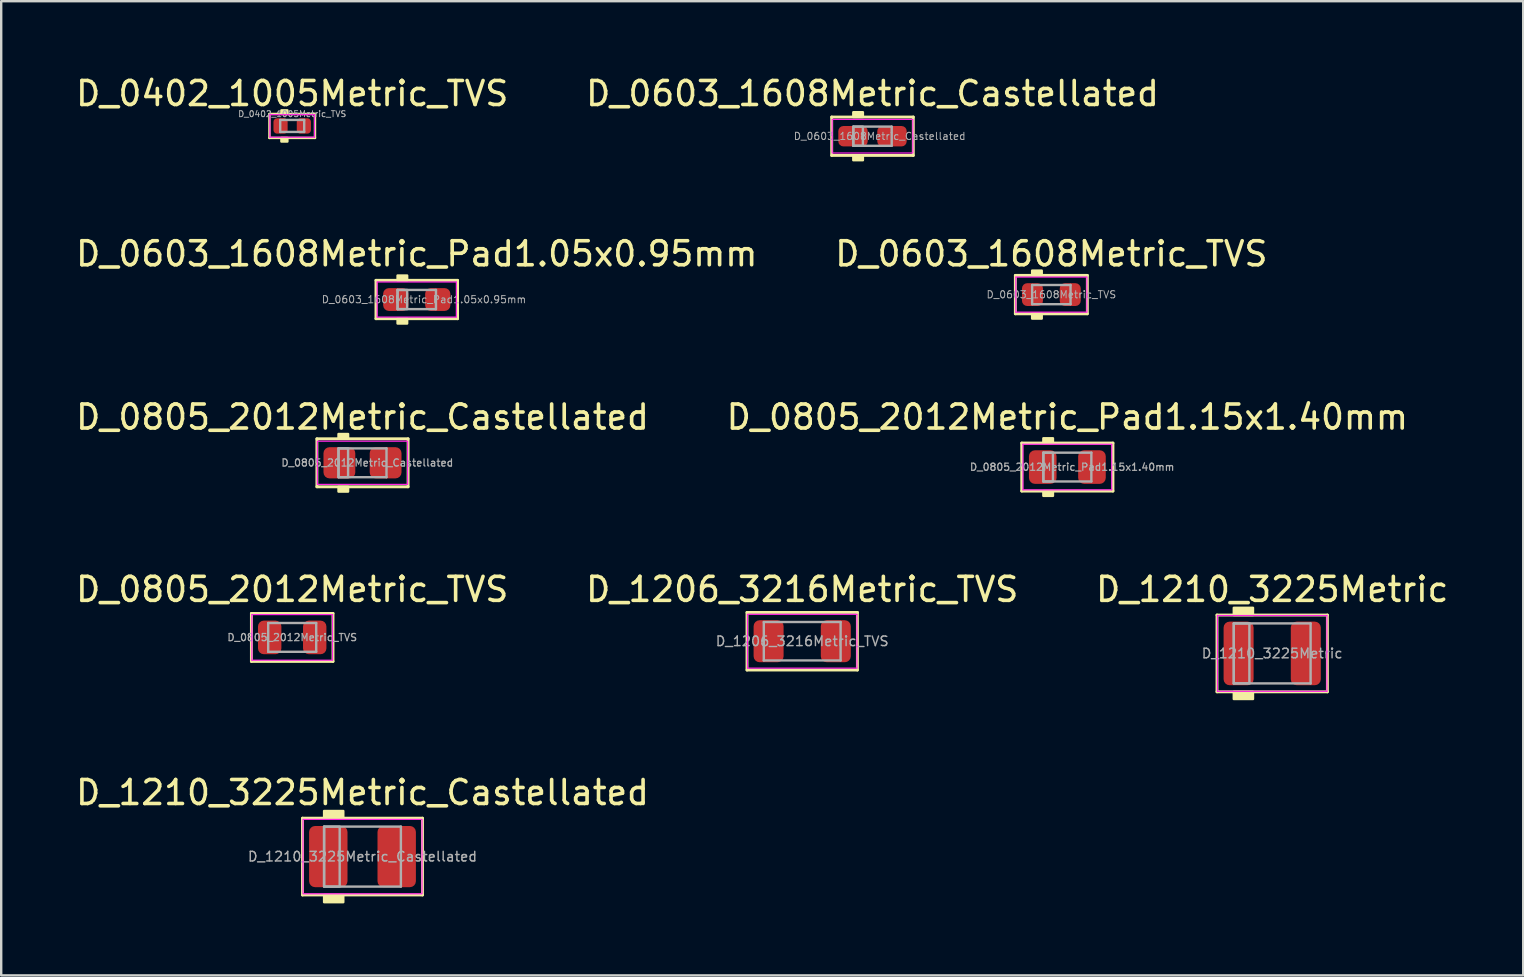
<source format=kicad_pcb>
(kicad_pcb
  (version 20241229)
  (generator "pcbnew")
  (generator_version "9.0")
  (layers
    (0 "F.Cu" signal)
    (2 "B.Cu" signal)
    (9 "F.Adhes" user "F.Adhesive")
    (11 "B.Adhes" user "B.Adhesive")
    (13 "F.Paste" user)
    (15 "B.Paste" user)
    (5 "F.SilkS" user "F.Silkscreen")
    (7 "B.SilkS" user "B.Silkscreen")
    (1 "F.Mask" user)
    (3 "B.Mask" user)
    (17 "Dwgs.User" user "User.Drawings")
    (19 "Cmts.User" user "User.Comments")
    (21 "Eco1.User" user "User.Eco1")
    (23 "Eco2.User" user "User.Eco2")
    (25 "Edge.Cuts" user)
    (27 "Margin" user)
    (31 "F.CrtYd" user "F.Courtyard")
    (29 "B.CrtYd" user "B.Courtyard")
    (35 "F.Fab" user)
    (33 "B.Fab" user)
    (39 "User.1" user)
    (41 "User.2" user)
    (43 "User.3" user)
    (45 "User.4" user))
  (footprint "D_0603_1608Metric_Castellated"
    (layer "F.Cu")
    (at 33.304 2.626)
    (property "Reference" "D_0603_1608Metric_Castellated" (at 0 -1.778 0) (layer "F.SilkS") (effects (font (size 1 1) (thickness 0.15))))
    (attr smd)
    (fp_line (start -1.7 -0.8) (end -1.7 0.8) (stroke (width 0.12) (type solid)) (layer "F.SilkS"))
    (fp_line (start -1.7 0.8) (end 1.7 0.8) (stroke (width 0.12) (type solid)) (layer "F.SilkS"))
    (fp_line (start 1.7 -0.8) (end -1.7 -0.8) (stroke (width 0.12) (type solid)) (layer "F.SilkS"))
    (fp_line (start 1.7 0.8) (end 1.7 -0.8) (stroke (width 0.12) (type solid)) (layer "F.SilkS"))
    (fp_poly (pts (xy -0.4 -0.8) (xy -0.8 -0.8) (xy -0.8 -1) (xy -0.4 -1)) (stroke (width 0.1) (type solid)) (fill yes) (layer "F.SilkS"))
    (fp_poly (pts (xy -0.4 1) (xy -0.8 1) (xy -0.8 0.8) (xy -0.4 0.8)) (stroke (width 0.1) (type solid)) (fill yes) (layer "F.SilkS"))
    (fp_rect (start -1.68 -0.7) (end 1.68 0.7) (stroke (width 0.05) (type solid)) (fill no) (layer "F.CrtYd"))
    (fp_line (start -0.8 -0.4) (end -0.8 0.4) (stroke (width 0.1) (type solid)) (layer "F.Fab"))
    (fp_line (start -0.8 0.4) (end 0.8 0.4) (stroke (width 0.1) (type solid)) (layer "F.Fab"))
    (fp_line (start 0.8 -0.4) (end -0.8 -0.4) (stroke (width 0.1) (type solid)) (layer "F.Fab"))
    (fp_line (start 0.8 0.4) (end 0.8 -0.4) (stroke (width 0.1) (type solid)) (layer "F.Fab"))
    (fp_rect (start -0.8 -0.4) (end -0.4 0.4) (stroke (width 0.1) (type solid)) (fill no) (layer "F.Fab"))
    (fp_text user "${REFERENCE}" (at 0.3 0 0) (layer "F.Fab") (effects (font (size 0.3 0.3) (thickness 0.04))))
    (pad "1" smd roundrect (at -0.812 0) (size 1.225 0.85) (layers "F.Cu" "F.Mask" "F.Paste") (roundrect_rratio 0.25))
    (pad "2" smd roundrect (at 0.812 0) (size 1.225 0.85) (layers "F.Cu" "F.Mask" "F.Paste") (roundrect_rratio 0.25)))
  (footprint "D_0603_1608Metric_Pad1.05x0.95mm"
    (layer "F.Cu")
    (at 14.315 9.43)
    (property "Reference" "D_0603_1608Metric_Pad1.05x0.95mm" (at 0 -1.905 0) (layer "F.SilkS") (effects (font (size 1 1) (thickness 0.15))))
    (attr smd)
    (fp_line (start -1.7 -0.8) (end 1.7 -0.8) (stroke (width 0.12) (type solid)) (layer "F.SilkS"))
    (fp_line (start -1.7 0.8) (end -1.7 -0.8) (stroke (width 0.12) (type solid)) (layer "F.SilkS"))
    (fp_line (start 1.7 -0.8) (end 1.7 0.8) (stroke (width 0.12) (type solid)) (layer "F.SilkS"))
    (fp_line (start 1.7 0.8) (end -1.7 0.8) (stroke (width 0.12) (type solid)) (layer "F.SilkS"))
    (fp_poly (pts (xy -0.4 -0.8) (xy -0.8 -0.8) (xy -0.8 -1) (xy -0.4 -1)) (stroke (width 0.1) (type solid)) (fill yes) (layer "F.SilkS"))
    (fp_poly (pts (xy -0.4 1) (xy -0.8 1) (xy -0.8 0.8) (xy -0.4 0.8)) (stroke (width 0.1) (type solid)) (fill yes) (layer "F.SilkS"))
    (fp_line (start -1.65 -0.73) (end 1.65 -0.73) (stroke (width 0.05) (type solid)) (layer "F.CrtYd"))
    (fp_line (start -1.65 0.73) (end -1.65 -0.73) (stroke (width 0.05) (type solid)) (layer "F.CrtYd"))
    (fp_line (start 1.65 -0.73) (end 1.65 0.73) (stroke (width 0.05) (type solid)) (layer "F.CrtYd"))
    (fp_line (start 1.65 0.73) (end -1.65 0.73) (stroke (width 0.05) (type solid)) (layer "F.CrtYd"))
    (fp_line (start -0.8 -0.4) (end -0.8 0.4) (stroke (width 0.1) (type solid)) (layer "F.Fab"))
    (fp_line (start -0.8 0.4) (end 0.8 0.4) (stroke (width 0.1) (type solid)) (layer "F.Fab"))
    (fp_line (start 0.8 -0.4) (end -0.8 -0.4) (stroke (width 0.1) (type solid)) (layer "F.Fab"))
    (fp_line (start 0.8 0.4) (end 0.8 -0.4) (stroke (width 0.1) (type solid)) (layer "F.Fab"))
    (fp_rect (start -0.8 -0.4) (end -0.4 0.4) (stroke (width 0.1) (type solid)) (fill no) (layer "F.Fab"))
    (fp_text user "${REFERENCE}" (at 0.3 0 0) (layer "F.Fab") (effects (font (size 0.3 0.3) (thickness 0.04))))
    (pad "1" smd roundrect (at -0.875 0) (size 1.05 0.95) (layers "F.Cu" "F.Mask" "F.Paste") (roundrect_rratio 0.25))
    (pad "2" smd roundrect (at 0.875 0) (size 1.05 0.95) (layers "F.Cu" "F.Mask" "F.Paste") (roundrect_rratio 0.25)))
  (footprint "D_1206_3216Metric_TVS"
    (layer "F.Cu")
    (at 30.375 23.668)
    (property "Reference" "D_1206_3216Metric_TVS" (at 0 -2.159 0) (layer "F.SilkS") (effects (font (size 1 1) (thickness 0.15))))
    (attr smd)
    (fp_line (start -2.3 -1.2) (end -2.3 1.2) (stroke (width 0.12) (type solid)) (layer "F.SilkS"))
    (fp_line (start -2.3 1.2) (end 2.3 1.2) (stroke (width 0.12) (type solid)) (layer "F.SilkS"))
    (fp_line (start 2.3 -1.2) (end -2.3 -1.2) (stroke (width 0.12) (type solid)) (layer "F.SilkS"))
    (fp_line (start 2.3 1.2) (end 2.3 -1.2) (stroke (width 0.12) (type solid)) (layer "F.SilkS"))
    (fp_line (start -2.28 -1.12) (end 2.28 -1.12) (stroke (width 0.05) (type solid)) (layer "F.CrtYd"))
    (fp_line (start -2.28 1.12) (end -2.28 -1.12) (stroke (width 0.05) (type solid)) (layer "F.CrtYd"))
    (fp_line (start 2.28 -1.12) (end 2.28 1.12) (stroke (width 0.05) (type solid)) (layer "F.CrtYd"))
    (fp_line (start 2.28 1.12) (end -2.28 1.12) (stroke (width 0.05) (type solid)) (layer "F.CrtYd"))
    (fp_line (start -1.6 -0.8) (end -1.6 0.8) (stroke (width 0.1) (type solid)) (layer "F.Fab"))
    (fp_line (start -1.6 0.8) (end 1.6 0.8) (stroke (width 0.1) (type solid)) (layer "F.Fab"))
    (fp_line (start 1.6 -0.8) (end -1.6 -0.8) (stroke (width 0.1) (type solid)) (layer "F.Fab"))
    (fp_line (start 1.6 0.8) (end 1.6 -0.8) (stroke (width 0.1) (type solid)) (layer "F.Fab"))
    (fp_text user "${REFERENCE}" (at 0 0 0) (layer "F.Fab") (effects (font (size 0.4 0.4) (thickness 0.06))))
    (pad "1" smd roundrect (at -1.4 0) (size 1.25 1.75) (layers "F.Cu" "F.Mask" "F.Paste") (roundrect_rratio 0.2))
    (pad "2" smd roundrect (at 1.4 0) (size 1.25 1.75) (layers "F.Cu" "F.Mask" "F.Paste") (roundrect_rratio 0.2)))
  (footprint "D_0805_2012Metric_Castellated"
    (layer "F.Cu")
    (at 12.054 16.233)
    (property "Reference" "D_0805_2012Metric_Castellated" (at 0 -1.905 0) (layer "F.SilkS") (effects (font (size 1 1) (thickness 0.15))))
    (attr smd)
    (fp_line (start -1.9 -1) (end 1.9 -1) (stroke (width 0.12) (type solid)) (layer "F.SilkS"))
    (fp_line (start -1.9 1) (end -1.9 -1) (stroke (width 0.12) (type solid)) (layer "F.SilkS"))
    (fp_line (start 1.9 -1) (end 1.9 1) (stroke (width 0.12) (type solid)) (layer "F.SilkS"))
    (fp_line (start 1.9 1) (end -1.9 1) (stroke (width 0.12) (type solid)) (layer "F.SilkS"))
    (fp_poly (pts (xy -0.6 -1) (xy -1 -1) (xy -1 -1.2) (xy -0.6 -1.2)) (stroke (width 0.1) (type solid)) (fill yes) (layer "F.SilkS"))
    (fp_poly (pts (xy -0.6 1.2) (xy -1 1.2) (xy -1 1) (xy -0.6 1)) (stroke (width 0.1) (type solid)) (fill yes) (layer "F.SilkS"))
    (fp_rect (start -1.88 -0.9) (end 1.88 0.9) (stroke (width 0.05) (type solid)) (fill no) (layer "F.CrtYd"))
    (fp_line (start -1 -0.6) (end -1 0.6) (stroke (width 0.1) (type solid)) (layer "F.Fab"))
    (fp_line (start -1 0.6) (end 1 0.6) (stroke (width 0.1) (type solid)) (layer "F.Fab"))
    (fp_line (start 1 -0.6) (end -1 -0.6) (stroke (width 0.1) (type solid)) (layer "F.Fab"))
    (fp_line (start 1 0.6) (end 1 -0.6) (stroke (width 0.1) (type solid)) (layer "F.Fab"))
    (fp_rect (start -1 -0.6) (end -0.6 0.6) (stroke (width 0.1) (type solid)) (fill no) (layer "F.Fab"))
    (fp_text user "${REFERENCE}" (at 0.2 0 0) (layer "F.Fab") (effects (font (size 0.3 0.3) (thickness 0.05))))
    (pad "1" smd roundrect (at -0.963 0) (size 1.325 1.3) (layers "F.Cu" "F.Mask" "F.Paste") (roundrect_rratio 0.192))
    (pad "2" smd roundrect (at 0.963 0) (size 1.325 1.3) (layers "F.Cu" "F.Mask" "F.Paste") (roundrect_rratio 0.192)))
  (footprint "D_1210_3225Metric"
    (layer "F.Cu")
    (at 49.958 24.176)
    (property "Reference" "D_1210_3225Metric" (at 0 -2.667 0) (layer "F.SilkS") (effects (font (size 1 1) (thickness 0.15))))
    (attr smd)
    (fp_line (start -2.3 -1.6) (end -2.3 1.6) (stroke (width 0.12) (type solid)) (layer "F.SilkS"))
    (fp_line (start -2.3 1.6) (end 2.3 1.6) (stroke (width 0.12) (type solid)) (layer "F.SilkS"))
    (fp_line (start 2.3 -1.6) (end -2.3 -1.6) (stroke (width 0.12) (type solid)) (layer "F.SilkS"))
    (fp_line (start 2.3 1.6) (end 2.3 -1.6) (stroke (width 0.12) (type solid)) (layer "F.SilkS"))
    (fp_poly (pts (xy -0.8 -1.6) (xy -1.6 -1.6) (xy -1.6 -1.9) (xy -0.8 -1.9)) (stroke (width 0.1) (type solid)) (fill yes) (layer "F.SilkS"))
    (fp_poly (pts (xy -0.8 1.9) (xy -1.6 1.9) (xy -1.6 1.6) (xy -0.8 1.6)) (stroke (width 0.1) (type solid)) (fill yes) (layer "F.SilkS"))
    (fp_line (start -2.28 -1.58) (end 2.28 -1.58) (stroke (width 0.05) (type solid)) (layer "F.CrtYd"))
    (fp_line (start -2.28 1.58) (end -2.28 -1.58) (stroke (width 0.05) (type solid)) (layer "F.CrtYd"))
    (fp_line (start 2.28 -1.58) (end 2.28 1.58) (stroke (width 0.05) (type solid)) (layer "F.CrtYd"))
    (fp_line (start 2.28 1.58) (end -2.28 1.58) (stroke (width 0.05) (type solid)) (layer "F.CrtYd"))
    (fp_line (start -1.6 -1.25) (end -1.6 1.25) (stroke (width 0.1) (type solid)) (layer "F.Fab"))
    (fp_line (start -1.6 1.25) (end 1.6 1.25) (stroke (width 0.1) (type solid)) (layer "F.Fab"))
    (fp_line (start 1.6 -1.25) (end -1.6 -1.25) (stroke (width 0.1) (type solid)) (layer "F.Fab"))
    (fp_line (start 1.6 1.25) (end 1.6 -1.25) (stroke (width 0.1) (type solid)) (layer "F.Fab"))
    (fp_rect (start -1.6 -1.25) (end -0.95 1.25) (stroke (width 0.1) (type solid)) (fill no) (layer "F.Fab"))
    (fp_text user "${REFERENCE}" (at 0 0 0) (layer "F.Fab") (effects (font (size 0.4 0.4) (thickness 0.06))))
    (pad "1" smd roundrect (at -1.4 0) (size 1.25 2.65) (layers "F.Cu" "F.Mask" "F.Paste") (roundrect_rratio 0.2))
    (pad "2" smd roundrect (at 1.4 0) (size 1.25 2.65) (layers "F.Cu" "F.Mask" "F.Paste") (roundrect_rratio 0.2)))
  (footprint "D_1210_3225Metric_Castellated"
    (layer "F.Cu")
    (at 12.054 32.641)
    (property "Reference" "D_1210_3225Metric_Castellated" (at 0 -2.667 0) (layer "F.SilkS") (effects (font (size 1 1) (thickness 0.15))))
    (attr smd)
    (fp_line (start -2.5 -1.6) (end -2.5 1.6) (stroke (width 0.12) (type solid)) (layer "F.SilkS"))
    (fp_line (start -2.5 1.6) (end 2.5 1.6) (stroke (width 0.12) (type solid)) (layer "F.SilkS"))
    (fp_line (start 2.5 -1.6) (end -2.5 -1.6) (stroke (width 0.12) (type solid)) (layer "F.SilkS"))
    (fp_line (start 2.5 1.6) (end 2.5 -1.6) (stroke (width 0.12) (type solid)) (layer "F.SilkS"))
    (fp_poly (pts (xy -0.8 -1.6) (xy -1.6 -1.6) (xy -1.6 -1.9) (xy -0.8 -1.9)) (stroke (width 0.1) (type solid)) (fill yes) (layer "F.SilkS"))
    (fp_poly (pts (xy -0.8 1.9) (xy -1.6 1.9) (xy -1.6 1.6) (xy -0.8 1.6)) (stroke (width 0.1) (type solid)) (fill yes) (layer "F.SilkS"))
    (fp_rect (start -2.48 -1.55) (end 2.48 1.55) (stroke (width 0.05) (type solid)) (fill no) (layer "F.CrtYd"))
    (fp_line (start -1.6 -1.25) (end -1.6 1.25) (stroke (width 0.1) (type solid)) (layer "F.Fab"))
    (fp_line (start -1.6 1.25) (end 1.6 1.25) (stroke (width 0.1) (type solid)) (layer "F.Fab"))
    (fp_line (start 1.6 -1.25) (end -1.6 -1.25) (stroke (width 0.1) (type solid)) (layer "F.Fab"))
    (fp_line (start 1.6 1.25) (end 1.6 -1.25) (stroke (width 0.1) (type solid)) (layer "F.Fab"))
    (fp_rect (start -1.6 -1.25) (end -0.95 1.25) (stroke (width 0.1) (type solid)) (fill no) (layer "F.Fab"))
    (fp_text user "${REFERENCE}" (at 0 0 0) (layer "F.Fab") (effects (font (size 0.4 0.4) (thickness 0.06))))
    (pad "1" smd roundrect (at -1.425 0) (size 1.6 2.55) (layers "F.Cu" "F.Mask" "F.Paste") (roundrect_rratio 0.156))
    (pad "2" smd roundrect (at 1.425 0) (size 1.6 2.55) (layers "F.Cu" "F.Mask" "F.Paste") (roundrect_rratio 0.156)))
  (footprint "D_0805_2012Metric_Pad1.15x1.40mm"
    (layer "F.Cu")
    (at 41.423 16.411)
    (property "Reference" "D_0805_2012Metric_Pad1.15x1.40mm" (at 0 -2.083 0) (layer "F.SilkS") (effects (font (size 1 1) (thickness 0.15))))
    (attr smd)
    (fp_line (start -1.9 -1) (end -1.9 1) (stroke (width 0.12) (type solid)) (layer "F.SilkS"))
    (fp_line (start -1.9 1) (end 1.9 1) (stroke (width 0.12) (type solid)) (layer "F.SilkS"))
    (fp_line (start 1.9 -1) (end -1.9 -1) (stroke (width 0.12) (type solid)) (layer "F.SilkS"))
    (fp_line (start 1.9 1) (end 1.9 -1) (stroke (width 0.12) (type solid)) (layer "F.SilkS"))
    (fp_poly (pts (xy -0.6 -1) (xy -1 -1) (xy -1 -1.2) (xy -0.6 -1.2)) (stroke (width 0.1) (type solid)) (fill yes) (layer "F.SilkS"))
    (fp_poly (pts (xy -0.6 1.2) (xy -1 1.2) (xy -1 1) (xy -0.6 1)) (stroke (width 0.1) (type solid)) (fill yes) (layer "F.SilkS"))
    (fp_line (start -1.85 -0.95) (end 1.85 -0.95) (stroke (width 0.05) (type solid)) (layer "F.CrtYd"))
    (fp_line (start -1.85 0.95) (end -1.85 -0.95) (stroke (width 0.05) (type solid)) (layer "F.CrtYd"))
    (fp_line (start 1.85 -0.95) (end 1.85 0.95) (stroke (width 0.05) (type solid)) (layer "F.CrtYd"))
    (fp_line (start 1.85 0.95) (end -1.85 0.95) (stroke (width 0.05) (type solid)) (layer "F.CrtYd"))
    (fp_line (start -1 -0.6) (end -1 0.6) (stroke (width 0.1) (type solid)) (layer "F.Fab"))
    (fp_line (start -1 0.6) (end 1 0.6) (stroke (width 0.1) (type solid)) (layer "F.Fab"))
    (fp_line (start 1 -0.6) (end -1 -0.6) (stroke (width 0.1) (type solid)) (layer "F.Fab"))
    (fp_line (start 1 0.6) (end 1 -0.6) (stroke (width 0.1) (type solid)) (layer "F.Fab"))
    (fp_rect (start -1 -0.6) (end -0.6 0.6) (stroke (width 0.1) (type solid)) (fill no) (layer "F.Fab"))
    (fp_text user "${REFERENCE}" (at 0.2 0 0) (layer "F.Fab") (effects (font (size 0.3 0.3) (thickness 0.05))))
    (pad "1" smd roundrect (at -1.025 0) (size 1.15 1.4) (layers "F.Cu" "F.Mask" "F.Paste") (roundrect_rratio 0.217))
    (pad "2" smd roundrect (at 1.025 0) (size 1.15 1.4) (layers "F.Cu" "F.Mask" "F.Paste") (roundrect_rratio 0.217)))
  (footprint "D_0402_1005Metric_TVS"
    (layer "F.Cu")
    (at 9.125 2.198)
    (property "Reference" "D_0402_1005Metric_TVS" (at 0 -1.35 0) (layer "F.SilkS") (effects (font (size 1 1) (thickness 0.15))))
    (attr smd)
    (fp_line (start -0.95 -0.5) (end -0.95 0.5) (stroke (width 0.1) (type solid)) (layer "F.SilkS"))
    (fp_line (start -0.95 0.5) (end 0.95 0.5) (stroke (width 0.1) (type solid)) (layer "F.SilkS"))
    (fp_line (start 0.95 -0.5) (end -0.95 -0.5) (stroke (width 0.1) (type solid)) (layer "F.SilkS"))
    (fp_line (start 0.95 0.5) (end 0.95 -0.5) (stroke (width 0.1) (type solid)) (layer "F.SilkS"))
    (fp_poly (pts (xy -0.2 -0.5) (xy -0.45 -0.5) (xy -0.45 -0.65) (xy -0.2 -0.65)) (stroke (width 0.1) (type solid)) (fill yes) (layer "F.SilkS"))
    (fp_poly (pts (xy -0.2 0.65) (xy -0.45 0.65) (xy -0.45 0.5) (xy -0.2 0.5)) (stroke (width 0.1) (type solid)) (fill yes) (layer "F.SilkS"))
    (fp_line (start -0.93 -0.47) (end 0.93 -0.47) (stroke (width 0.05) (type solid)) (layer "F.CrtYd"))
    (fp_line (start -0.93 0.47) (end -0.93 -0.47) (stroke (width 0.05) (type solid)) (layer "F.CrtYd"))
    (fp_line (start 0.93 -0.47) (end 0.93 0.47) (stroke (width 0.05) (type solid)) (layer "F.CrtYd"))
    (fp_line (start 0.93 0.47) (end -0.93 0.47) (stroke (width 0.05) (type solid)) (layer "F.CrtYd"))
    (fp_line (start -0.5 -0.25) (end 0.5 -0.25) (stroke (width 0.1) (type solid)) (layer "F.Fab"))
    (fp_line (start -0.5 0.25) (end -0.5 -0.25) (stroke (width 0.1) (type solid)) (layer "F.Fab"))
    (fp_line (start 0.5 -0.25) (end 0.5 0.25) (stroke (width 0.1) (type solid)) (layer "F.Fab"))
    (fp_line (start 0.5 0.25) (end -0.5 0.25) (stroke (width 0.1) (type solid)) (layer "F.Fab"))
    (fp_text user "${REFERENCE}" (at 0 -0.5 0) (layer "F.Fab") (effects (font (size 0.25 0.25) (thickness 0.04))))
    (pad "1" smd roundrect (at -0.485 0) (size 0.59 0.64) (layers "F.Cu" "F.Mask" "F.Paste") (roundrect_rratio 0.25))
    (pad "2" smd roundrect (at 0.485 0) (size 0.59 0.64) (layers "F.Cu" "F.Mask" "F.Paste") (roundrect_rratio 0.25)))
  (footprint "D_0603_1608Metric_TVS"
    (layer "F.Cu")
    (at 40.756 9.225)
    (property "Reference" "D_0603_1608Metric_TVS" (at 0 -1.7 0) (layer "F.SilkS") (effects (font (size 1 1) (thickness 0.15))))
    (attr smd)
    (fp_line (start -1.5 -0.8) (end -1.5 0.8) (stroke (width 0.12) (type solid)) (layer "F.SilkS"))
    (fp_line (start -1.5 0.8) (end 1.5 0.8) (stroke (width 0.12) (type solid)) (layer "F.SilkS"))
    (fp_line (start 1.5 -0.8) (end -1.5 -0.8) (stroke (width 0.12) (type solid)) (layer "F.SilkS"))
    (fp_line (start 1.5 0.8) (end 1.5 -0.8) (stroke (width 0.12) (type solid)) (layer "F.SilkS"))
    (fp_poly (pts (xy -0.4 -0.8) (xy -0.8 -0.8) (xy -0.8 -1) (xy -0.4 -1)) (stroke (width 0.1) (type solid)) (fill yes) (layer "F.SilkS"))
    (fp_poly (pts (xy -0.4 1) (xy -0.8 1) (xy -0.8 0.8) (xy -0.4 0.8)) (stroke (width 0.1) (type solid)) (fill yes) (layer "F.SilkS"))
    (fp_line (start -1.48 -0.73) (end 1.48 -0.73) (stroke (width 0.05) (type solid)) (layer "F.CrtYd"))
    (fp_line (start -1.48 0.73) (end -1.48 -0.73) (stroke (width 0.05) (type solid)) (layer "F.CrtYd"))
    (fp_line (start 1.48 -0.73) (end 1.48 0.73) (stroke (width 0.05) (type solid)) (layer "F.CrtYd"))
    (fp_line (start 1.48 0.73) (end -1.48 0.73) (stroke (width 0.05) (type solid)) (layer "F.CrtYd"))
    (fp_line (start -0.8 -0.4) (end -0.8 0.4) (stroke (width 0.1) (type solid)) (layer "F.Fab"))
    (fp_line (start -0.8 0.4) (end 0.8 0.4) (stroke (width 0.1) (type solid)) (layer "F.Fab"))
    (fp_line (start 0.8 -0.4) (end -0.8 -0.4) (stroke (width 0.1) (type solid)) (layer "F.Fab"))
    (fp_line (start 0.8 0.4) (end 0.8 -0.4) (stroke (width 0.1) (type solid)) (layer "F.Fab"))
    (fp_text user "${REFERENCE}" (at 0 0 0) (layer "F.Fab") (effects (font (size 0.3 0.3) (thickness 0.04))))
    (pad "1" smd roundrect (at -0.787 0) (size 0.875 0.95) (layers "F.Cu" "F.Mask" "F.Paste") (roundrect_rratio 0.25))
    (pad "2" smd roundrect (at 0.787 0) (size 0.875 0.95) (layers "F.Cu" "F.Mask" "F.Paste") (roundrect_rratio 0.25)))
  (footprint "D_0805_2012Metric_TVS"
    (layer "F.Cu")
    (at 9.125 23.509)
    (property "Reference" "D_0805_2012Metric_TVS" (at 0 -2 0) (layer "F.SilkS") (effects (font (size 1 1) (thickness 0.15))))
    (attr smd)
    (fp_line (start -1.7 -1) (end 1.7 -1) (stroke (width 0.12) (type solid)) (layer "F.SilkS"))
    (fp_line (start -1.7 -0.127) (end -1.7 -1) (stroke (width 0.12) (type solid)) (layer "F.SilkS"))
    (fp_line (start -1.7 1) (end -1.7 -0.127) (stroke (width 0.12) (type solid)) (layer "F.SilkS"))
    (fp_line (start 1.7 -1) (end 1.7 1) (stroke (width 0.12) (type solid)) (layer "F.SilkS"))
    (fp_line (start 1.7 1) (end -1.7 1) (stroke (width 0.12) (type solid)) (layer "F.SilkS"))
    (fp_line (start -1.68 -0.95) (end 1.68 -0.95) (stroke (width 0.05) (type solid)) (layer "F.CrtYd"))
    (fp_line (start -1.68 0.95) (end -1.68 -0.95) (stroke (width 0.05) (type solid)) (layer "F.CrtYd"))
    (fp_line (start 1.68 -0.95) (end 1.68 0.95) (stroke (width 0.05) (type solid)) (layer "F.CrtYd"))
    (fp_line (start 1.68 0.95) (end -1.68 0.95) (stroke (width 0.05) (type solid)) (layer "F.CrtYd"))
    (fp_line (start -1 -0.6) (end -1 0.6) (stroke (width 0.1) (type solid)) (layer "F.Fab"))
    (fp_line (start -1 0.6) (end 1 0.6) (stroke (width 0.1) (type solid)) (layer "F.Fab"))
    (fp_line (start 1 -0.6) (end -1 -0.6) (stroke (width 0.1) (type solid)) (layer "F.Fab"))
    (fp_line (start 1 0.6) (end 1 -0.6) (stroke (width 0.1) (type solid)) (layer "F.Fab"))
    (fp_text user "${REFERENCE}" (at 0 0 0) (layer "F.Fab") (effects (font (size 0.3 0.3) (thickness 0.05))))
    (pad "1" smd roundrect (at -0.938 0) (size 0.975 1.4) (layers "F.Cu" "F.Mask" "F.Paste") (roundrect_rratio 0.25))
    (pad "2" smd roundrect (at 0.938 0) (size 0.975 1.4) (layers "F.Cu" "F.Mask" "F.Paste") (roundrect_rratio 0.25)))
  (gr_rect
    (start -3 -3)
    (end 60.417 37.591)
    (stroke (width 0.1) (type default))
    (fill no)
    (layer "Edge.Cuts")))
</source>
